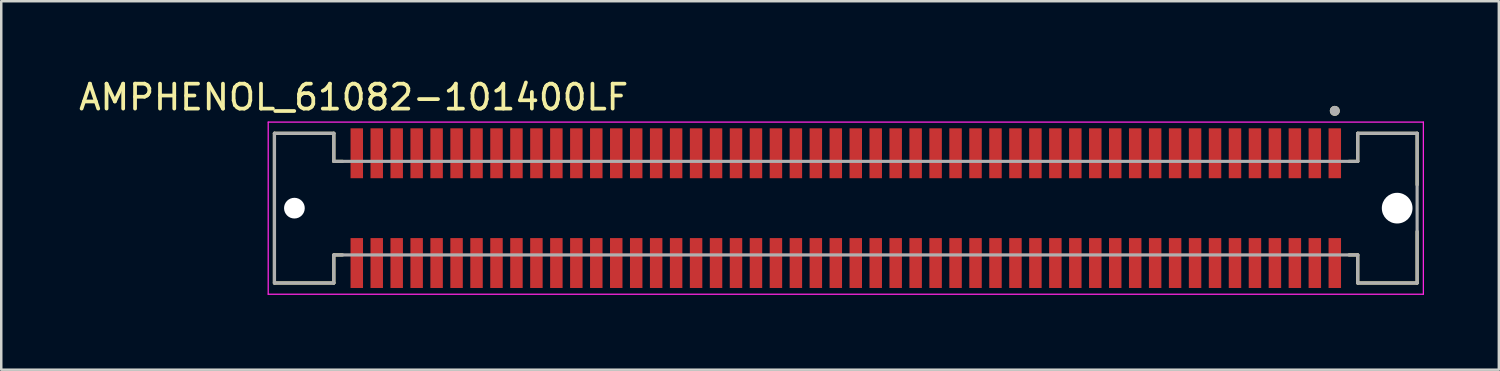
<source format=kicad_pcb>
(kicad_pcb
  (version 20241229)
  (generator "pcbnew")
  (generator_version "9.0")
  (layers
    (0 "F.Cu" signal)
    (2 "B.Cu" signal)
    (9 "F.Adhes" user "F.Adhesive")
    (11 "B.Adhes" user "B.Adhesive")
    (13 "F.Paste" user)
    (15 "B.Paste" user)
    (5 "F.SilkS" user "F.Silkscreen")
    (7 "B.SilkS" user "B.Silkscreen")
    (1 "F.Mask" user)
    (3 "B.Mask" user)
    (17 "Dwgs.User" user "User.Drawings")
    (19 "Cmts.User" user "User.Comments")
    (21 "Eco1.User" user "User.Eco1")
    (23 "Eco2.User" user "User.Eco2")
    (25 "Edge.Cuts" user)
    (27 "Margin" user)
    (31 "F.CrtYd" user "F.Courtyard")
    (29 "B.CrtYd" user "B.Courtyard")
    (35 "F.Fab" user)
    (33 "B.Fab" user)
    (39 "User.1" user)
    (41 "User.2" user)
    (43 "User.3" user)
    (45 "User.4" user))
  (footprint "AMPHENOL_61082-101400LF"
    (layer "F.Cu")
    (at 30.85 5.293)
    (property "Reference" "AMPHENOL_61082-101400LF" (at -19.725 -4.445 0) (layer "F.SilkS") (effects (font (size 1 1) (thickness 0.15))))
    (attr smd)
    (fp_line (start -22.9 -3) (end -22.9 3) (stroke (width 0.127) (type solid)) (layer "F.SilkS"))
    (fp_line (start -22.9 3) (end -20.52 3) (stroke (width 0.127) (type solid)) (layer "F.SilkS"))
    (fp_line (start -20.52 -3) (end -22.9 -3) (stroke (width 0.127) (type solid)) (layer "F.SilkS"))
    (fp_line (start -20.52 -1.875) (end -20.52 -3) (stroke (width 0.127) (type solid)) (layer "F.SilkS"))
    (fp_line (start -20.52 1.875) (end -20.17 1.875) (stroke (width 0.127) (type solid)) (layer "F.SilkS"))
    (fp_line (start -20.52 3) (end -20.52 1.875) (stroke (width 0.127) (type solid)) (layer "F.SilkS"))
    (fp_line (start -20.17 -1.875) (end -20.52 -1.875) (stroke (width 0.127) (type solid)) (layer "F.SilkS"))
    (fp_line (start 20.17 1.875) (end 20.52 1.875) (stroke (width 0.127) (type solid)) (layer "F.SilkS"))
    (fp_line (start 20.52 -3) (end 20.52 -1.875) (stroke (width 0.127) (type solid)) (layer "F.SilkS"))
    (fp_line (start 20.52 -1.875) (end 20.17 -1.875) (stroke (width 0.127) (type solid)) (layer "F.SilkS"))
    (fp_line (start 20.52 1.875) (end 20.52 3) (stroke (width 0.127) (type solid)) (layer "F.SilkS"))
    (fp_line (start 20.52 3) (end 22.9 3) (stroke (width 0.127) (type solid)) (layer "F.SilkS"))
    (fp_line (start 22.9 -3) (end 20.52 -3) (stroke (width 0.127) (type solid)) (layer "F.SilkS"))
    (fp_line (start 22.9 -0.935) (end 22.9 -3) (stroke (width 0.127) (type solid)) (layer "F.SilkS"))
    (fp_line (start 22.9 3) (end 22.9 0.935) (stroke (width 0.127) (type solid)) (layer "F.SilkS"))
    (fp_circle (center 19.6 -3.9) (end 19.7 -3.9) (stroke (width 0.2) (type solid)) (fill no) (layer "F.SilkS"))
    (fp_line (start -23.15 -3.45) (end -23.15 3.45) (stroke (width 0.05) (type solid)) (layer "F.CrtYd"))
    (fp_line (start -23.15 3.45) (end 23.15 3.45) (stroke (width 0.05) (type solid)) (layer "F.CrtYd"))
    (fp_line (start 23.15 -3.45) (end -23.15 -3.45) (stroke (width 0.05) (type solid)) (layer "F.CrtYd"))
    (fp_line (start 23.15 3.45) (end 23.15 -3.45) (stroke (width 0.05) (type solid)) (layer "F.CrtYd"))
    (fp_line (start -22.9 -3) (end -22.9 3) (stroke (width 0.127) (type solid)) (layer "F.Fab"))
    (fp_line (start -22.9 3) (end -20.52 3) (stroke (width 0.127) (type solid)) (layer "F.Fab"))
    (fp_line (start -20.52 -3) (end -22.9 -3) (stroke (width 0.127) (type solid)) (layer "F.Fab"))
    (fp_line (start -20.52 -1.875) (end -20.52 -3) (stroke (width 0.127) (type solid)) (layer "F.Fab"))
    (fp_line (start -20.52 1.875) (end 20.52 1.875) (stroke (width 0.127) (type solid)) (layer "F.Fab"))
    (fp_line (start -20.52 3) (end -20.52 1.875) (stroke (width 0.127) (type solid)) (layer "F.Fab"))
    (fp_line (start 20.52 -3) (end 20.52 -1.875) (stroke (width 0.127) (type solid)) (layer "F.Fab"))
    (fp_line (start 20.52 -1.875) (end -20.52 -1.875) (stroke (width 0.127) (type solid)) (layer "F.Fab"))
    (fp_line (start 20.52 1.875) (end 20.52 3) (stroke (width 0.127) (type solid)) (layer "F.Fab"))
    (fp_line (start 20.52 3) (end 22.9 3) (stroke (width 0.127) (type solid)) (layer "F.Fab"))
    (fp_line (start 22.9 -3) (end 20.52 -3) (stroke (width 0.127) (type solid)) (layer "F.Fab"))
    (fp_line (start 22.9 3) (end 22.9 -3) (stroke (width 0.127) (type solid)) (layer "F.Fab"))
    (fp_circle (center 19.6 -3.9) (end 19.7 -3.9) (stroke (width 0.2) (type solid)) (fill no) (layer "F.Fab"))
    (pad "" np_thru_hole circle (at -22.1 0) (size 0.83 0.83) (drill 0.83) (layers "*.Cu" "*.Mask"))
    (pad "" np_thru_hole circle (at 22.1 0) (size 1.23 1.23) (drill 1.23) (layers "*.Cu" "*.Mask"))
    (pad "1" smd rect (at 19.6 -2.2) (size 0.5 2) (layers "F.Cu" "F.Mask" "F.Paste"))
    (pad "2" smd rect (at 19.6 2.2) (size 0.5 2) (layers "F.Cu" "F.Mask" "F.Paste"))
    (pad "3" smd rect (at 18.8 -2.2) (size 0.5 2) (layers "F.Cu" "F.Mask" "F.Paste"))
    (pad "4" smd rect (at 18.8 2.2) (size 0.5 2) (layers "F.Cu" "F.Mask" "F.Paste"))
    (pad "5" smd rect (at 18 -2.2) (size 0.5 2) (layers "F.Cu" "F.Mask" "F.Paste"))
    (pad "6" smd rect (at 18 2.2) (size 0.5 2) (layers "F.Cu" "F.Mask" "F.Paste"))
    (pad "7" smd rect (at 17.2 -2.2) (size 0.5 2) (layers "F.Cu" "F.Mask" "F.Paste"))
    (pad "8" smd rect (at 17.2 2.2) (size 0.5 2) (layers "F.Cu" "F.Mask" "F.Paste"))
    (pad "9" smd rect (at 16.4 -2.2) (size 0.5 2) (layers "F.Cu" "F.Mask" "F.Paste"))
    (pad "10" smd rect (at 16.4 2.2) (size 0.5 2) (layers "F.Cu" "F.Mask" "F.Paste"))
    (pad "11" smd rect (at 15.6 -2.2) (size 0.5 2) (layers "F.Cu" "F.Mask" "F.Paste"))
    (pad "12" smd rect (at 15.6 2.2) (size 0.5 2) (layers "F.Cu" "F.Mask" "F.Paste"))
    (pad "13" smd rect (at 14.8 -2.2) (size 0.5 2) (layers "F.Cu" "F.Mask" "F.Paste"))
    (pad "14" smd rect (at 14.8 2.2) (size 0.5 2) (layers "F.Cu" "F.Mask" "F.Paste"))
    (pad "15" smd rect (at 14 -2.2) (size 0.5 2) (layers "F.Cu" "F.Mask" "F.Paste"))
    (pad "16" smd rect (at 14 2.2) (size 0.5 2) (layers "F.Cu" "F.Mask" "F.Paste"))
    (pad "17" smd rect (at 13.2 -2.2) (size 0.5 2) (layers "F.Cu" "F.Mask" "F.Paste"))
    (pad "18" smd rect (at 13.2 2.2) (size 0.5 2) (layers "F.Cu" "F.Mask" "F.Paste"))
    (pad "19" smd rect (at 12.4 -2.2) (size 0.5 2) (layers "F.Cu" "F.Mask" "F.Paste"))
    (pad "20" smd rect (at 12.4 2.2) (size 0.5 2) (layers "F.Cu" "F.Mask" "F.Paste"))
    (pad "21" smd rect (at 11.6 -2.2) (size 0.5 2) (layers "F.Cu" "F.Mask" "F.Paste"))
    (pad "22" smd rect (at 11.6 2.2) (size 0.5 2) (layers "F.Cu" "F.Mask" "F.Paste"))
    (pad "23" smd rect (at 10.8 -2.2) (size 0.5 2) (layers "F.Cu" "F.Mask" "F.Paste"))
    (pad "24" smd rect (at 10.8 2.2) (size 0.5 2) (layers "F.Cu" "F.Mask" "F.Paste"))
    (pad "25" smd rect (at 10 -2.2) (size 0.5 2) (layers "F.Cu" "F.Mask" "F.Paste"))
    (pad "26" smd rect (at 10 2.2) (size 0.5 2) (layers "F.Cu" "F.Mask" "F.Paste"))
    (pad "27" smd rect (at 9.2 -2.2) (size 0.5 2) (layers "F.Cu" "F.Mask" "F.Paste"))
    (pad "28" smd rect (at 9.2 2.2) (size 0.5 2) (layers "F.Cu" "F.Mask" "F.Paste"))
    (pad "29" smd rect (at 8.4 -2.2) (size 0.5 2) (layers "F.Cu" "F.Mask" "F.Paste"))
    (pad "30" smd rect (at 8.4 2.2) (size 0.5 2) (layers "F.Cu" "F.Mask" "F.Paste"))
    (pad "31" smd rect (at 7.6 -2.2) (size 0.5 2) (layers "F.Cu" "F.Mask" "F.Paste"))
    (pad "32" smd rect (at 7.6 2.2) (size 0.5 2) (layers "F.Cu" "F.Mask" "F.Paste"))
    (pad "33" smd rect (at 6.8 -2.2) (size 0.5 2) (layers "F.Cu" "F.Mask" "F.Paste"))
    (pad "34" smd rect (at 6.8 2.2) (size 0.5 2) (layers "F.Cu" "F.Mask" "F.Paste"))
    (pad "35" smd rect (at 6 -2.2) (size 0.5 2) (layers "F.Cu" "F.Mask" "F.Paste"))
    (pad "36" smd rect (at 6 2.2) (size 0.5 2) (layers "F.Cu" "F.Mask" "F.Paste"))
    (pad "37" smd rect (at 5.2 -2.2) (size 0.5 2) (layers "F.Cu" "F.Mask" "F.Paste"))
    (pad "38" smd rect (at 5.2 2.2) (size 0.5 2) (layers "F.Cu" "F.Mask" "F.Paste"))
    (pad "39" smd rect (at 4.4 -2.2) (size 0.5 2) (layers "F.Cu" "F.Mask" "F.Paste"))
    (pad "40" smd rect (at 4.4 2.2) (size 0.5 2) (layers "F.Cu" "F.Mask" "F.Paste"))
    (pad "41" smd rect (at 3.6 -2.2) (size 0.5 2) (layers "F.Cu" "F.Mask" "F.Paste"))
    (pad "42" smd rect (at 3.6 2.2) (size 0.5 2) (layers "F.Cu" "F.Mask" "F.Paste"))
    (pad "43" smd rect (at 2.8 -2.2) (size 0.5 2) (layers "F.Cu" "F.Mask" "F.Paste"))
    (pad "44" smd rect (at 2.8 2.2) (size 0.5 2) (layers "F.Cu" "F.Mask" "F.Paste"))
    (pad "45" smd rect (at 2 -2.2) (size 0.5 2) (layers "F.Cu" "F.Mask" "F.Paste"))
    (pad "46" smd rect (at 2 2.2) (size 0.5 2) (layers "F.Cu" "F.Mask" "F.Paste"))
    (pad "47" smd rect (at 1.2 -2.2) (size 0.5 2) (layers "F.Cu" "F.Mask" "F.Paste"))
    (pad "48" smd rect (at 1.2 2.2) (size 0.5 2) (layers "F.Cu" "F.Mask" "F.Paste"))
    (pad "49" smd rect (at 0.4 -2.2) (size 0.5 2) (layers "F.Cu" "F.Mask" "F.Paste"))
    (pad "50" smd rect (at 0.4 2.2) (size 0.5 2) (layers "F.Cu" "F.Mask" "F.Paste"))
    (pad "51" smd rect (at -0.4 -2.2) (size 0.5 2) (layers "F.Cu" "F.Mask" "F.Paste"))
    (pad "52" smd rect (at -0.4 2.2) (size 0.5 2) (layers "F.Cu" "F.Mask" "F.Paste"))
    (pad "53" smd rect (at -1.2 -2.2) (size 0.5 2) (layers "F.Cu" "F.Mask" "F.Paste"))
    (pad "54" smd rect (at -1.2 2.2) (size 0.5 2) (layers "F.Cu" "F.Mask" "F.Paste"))
    (pad "55" smd rect (at -2 -2.2) (size 0.5 2) (layers "F.Cu" "F.Mask" "F.Paste"))
    (pad "56" smd rect (at -2 2.2) (size 0.5 2) (layers "F.Cu" "F.Mask" "F.Paste"))
    (pad "57" smd rect (at -2.8 -2.2) (size 0.5 2) (layers "F.Cu" "F.Mask" "F.Paste"))
    (pad "58" smd rect (at -2.8 2.2) (size 0.5 2) (layers "F.Cu" "F.Mask" "F.Paste"))
    (pad "59" smd rect (at -3.6 -2.2) (size 0.5 2) (layers "F.Cu" "F.Mask" "F.Paste"))
    (pad "60" smd rect (at -3.6 2.2) (size 0.5 2) (layers "F.Cu" "F.Mask" "F.Paste"))
    (pad "61" smd rect (at -4.4 -2.2) (size 0.5 2) (layers "F.Cu" "F.Mask" "F.Paste"))
    (pad "62" smd rect (at -4.4 2.2) (size 0.5 2) (layers "F.Cu" "F.Mask" "F.Paste"))
    (pad "63" smd rect (at -5.2 -2.2) (size 0.5 2) (layers "F.Cu" "F.Mask" "F.Paste"))
    (pad "64" smd rect (at -5.2 2.2) (size 0.5 2) (layers "F.Cu" "F.Mask" "F.Paste"))
    (pad "65" smd rect (at -6 -2.2) (size 0.5 2) (layers "F.Cu" "F.Mask" "F.Paste"))
    (pad "66" smd rect (at -6 2.2) (size 0.5 2) (layers "F.Cu" "F.Mask" "F.Paste"))
    (pad "67" smd rect (at -6.8 -2.2) (size 0.5 2) (layers "F.Cu" "F.Mask" "F.Paste"))
    (pad "68" smd rect (at -6.8 2.2) (size 0.5 2) (layers "F.Cu" "F.Mask" "F.Paste"))
    (pad "69" smd rect (at -7.6 -2.2) (size 0.5 2) (layers "F.Cu" "F.Mask" "F.Paste"))
    (pad "70" smd rect (at -7.6 2.2) (size 0.5 2) (layers "F.Cu" "F.Mask" "F.Paste"))
    (pad "71" smd rect (at -8.4 -2.2) (size 0.5 2) (layers "F.Cu" "F.Mask" "F.Paste"))
    (pad "72" smd rect (at -8.4 2.2) (size 0.5 2) (layers "F.Cu" "F.Mask" "F.Paste"))
    (pad "73" smd rect (at -9.2 -2.2) (size 0.5 2) (layers "F.Cu" "F.Mask" "F.Paste"))
    (pad "74" smd rect (at -9.2 2.2) (size 0.5 2) (layers "F.Cu" "F.Mask" "F.Paste"))
    (pad "75" smd rect (at -10 -2.2) (size 0.5 2) (layers "F.Cu" "F.Mask" "F.Paste"))
    (pad "76" smd rect (at -10 2.2) (size 0.5 2) (layers "F.Cu" "F.Mask" "F.Paste"))
    (pad "77" smd rect (at -10.8 -2.2) (size 0.5 2) (layers "F.Cu" "F.Mask" "F.Paste"))
    (pad "78" smd rect (at -10.8 2.2) (size 0.5 2) (layers "F.Cu" "F.Mask" "F.Paste"))
    (pad "79" smd rect (at -11.6 -2.2) (size 0.5 2) (layers "F.Cu" "F.Mask" "F.Paste"))
    (pad "80" smd rect (at -11.6 2.2) (size 0.5 2) (layers "F.Cu" "F.Mask" "F.Paste"))
    (pad "81" smd rect (at -12.4 -2.2) (size 0.5 2) (layers "F.Cu" "F.Mask" "F.Paste"))
    (pad "82" smd rect (at -12.4 2.2) (size 0.5 2) (layers "F.Cu" "F.Mask" "F.Paste"))
    (pad "83" smd rect (at -13.2 -2.2) (size 0.5 2) (layers "F.Cu" "F.Mask" "F.Paste"))
    (pad "84" smd rect (at -13.2 2.2) (size 0.5 2) (layers "F.Cu" "F.Mask" "F.Paste"))
    (pad "85" smd rect (at -14 -2.2) (size 0.5 2) (layers "F.Cu" "F.Mask" "F.Paste"))
    (pad "86" smd rect (at -14 2.2) (size 0.5 2) (layers "F.Cu" "F.Mask" "F.Paste"))
    (pad "87" smd rect (at -14.8 -2.2) (size 0.5 2) (layers "F.Cu" "F.Mask" "F.Paste"))
    (pad "88" smd rect (at -14.8 2.2) (size 0.5 2) (layers "F.Cu" "F.Mask" "F.Paste"))
    (pad "89" smd rect (at -15.6 -2.2) (size 0.5 2) (layers "F.Cu" "F.Mask" "F.Paste"))
    (pad "90" smd rect (at -15.6 2.2) (size 0.5 2) (layers "F.Cu" "F.Mask" "F.Paste"))
    (pad "91" smd rect (at -16.4 -2.2) (size 0.5 2) (layers "F.Cu" "F.Mask" "F.Paste"))
    (pad "92" smd rect (at -16.4 2.2) (size 0.5 2) (layers "F.Cu" "F.Mask" "F.Paste"))
    (pad "93" smd rect (at -17.2 -2.2) (size 0.5 2) (layers "F.Cu" "F.Mask" "F.Paste"))
    (pad "94" smd rect (at -17.2 2.2) (size 0.5 2) (layers "F.Cu" "F.Mask" "F.Paste"))
    (pad "95" smd rect (at -18 -2.2) (size 0.5 2) (layers "F.Cu" "F.Mask" "F.Paste"))
    (pad "96" smd rect (at -18 2.2) (size 0.5 2) (layers "F.Cu" "F.Mask" "F.Paste"))
    (pad "97" smd rect (at -18.8 -2.2) (size 0.5 2) (layers "F.Cu" "F.Mask" "F.Paste"))
    (pad "98" smd rect (at -18.8 2.2) (size 0.5 2) (layers "F.Cu" "F.Mask" "F.Paste"))
    (pad "99" smd rect (at -19.6 -2.2) (size 0.5 2) (layers "F.Cu" "F.Mask" "F.Paste"))
    (pad "100" smd rect (at -19.6 2.2) (size 0.5 2) (layers "F.Cu" "F.Mask" "F.Paste")))
  (gr_rect
    (start -3 -3)
    (end 57.025 11.768)
    (stroke (width 0.1) (type default))
    (fill no)
    (layer "Edge.Cuts")))
</source>
